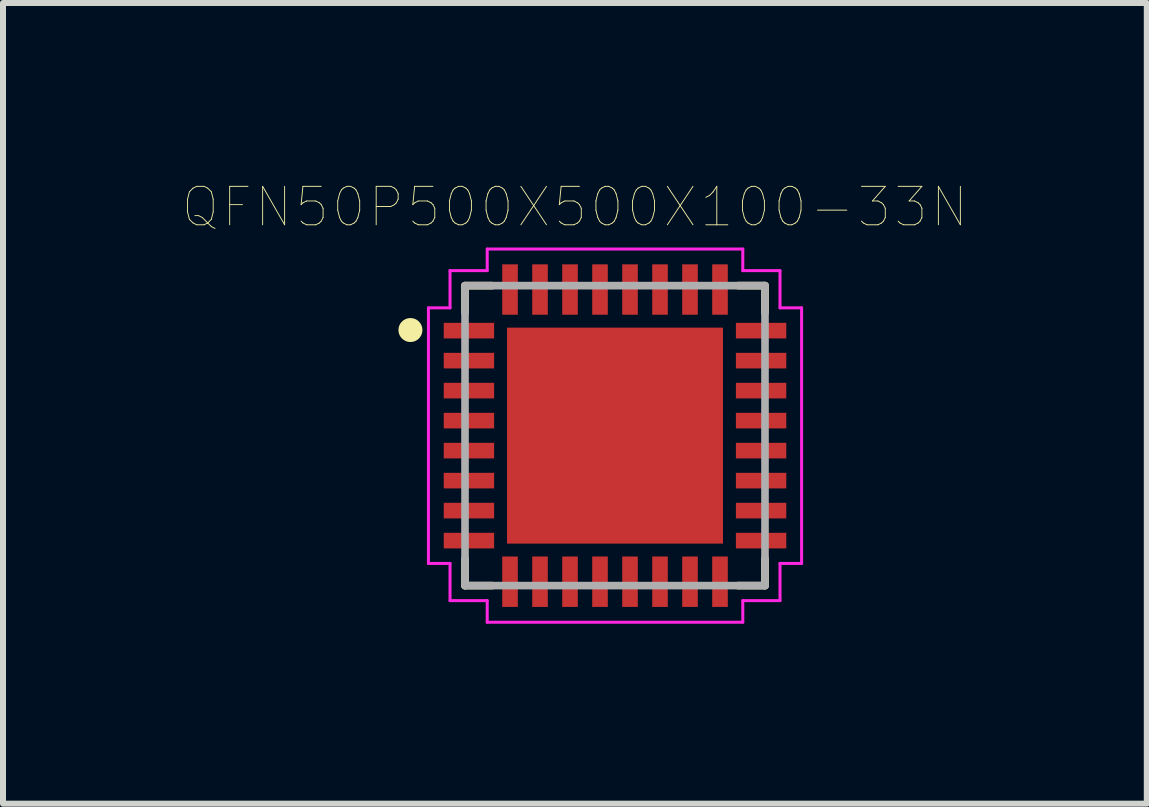
<source format=kicad_pcb>
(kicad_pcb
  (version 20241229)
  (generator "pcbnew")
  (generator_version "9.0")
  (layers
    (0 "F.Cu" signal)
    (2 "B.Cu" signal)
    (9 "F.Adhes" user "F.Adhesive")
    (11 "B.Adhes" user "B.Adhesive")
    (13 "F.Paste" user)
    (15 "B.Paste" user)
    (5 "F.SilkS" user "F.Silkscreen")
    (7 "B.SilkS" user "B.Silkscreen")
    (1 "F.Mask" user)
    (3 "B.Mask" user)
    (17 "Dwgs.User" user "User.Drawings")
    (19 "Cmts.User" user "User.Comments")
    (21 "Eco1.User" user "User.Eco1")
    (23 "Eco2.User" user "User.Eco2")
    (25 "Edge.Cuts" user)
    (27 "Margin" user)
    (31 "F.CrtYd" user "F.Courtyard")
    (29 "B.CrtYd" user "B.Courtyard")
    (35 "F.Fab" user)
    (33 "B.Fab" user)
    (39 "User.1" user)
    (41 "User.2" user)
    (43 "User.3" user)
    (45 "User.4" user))
  (footprint "QFN50P500X500X100-33N"
    (layer "F.Cu")
    (at 7.201 4.211)
    (property "Reference" "QFN50P500X500X100-33N" (at -0.669 -3.81 0) (layer "F.SilkS") (effects (font (size 0.641 0.641) (thickness 0.015))))
    (attr through_hole)
    (fp_line (start -2.5 -2.5) (end -2.5 -2.05) (stroke (width 0.127) (type solid)) (layer "F.SilkS"))
    (fp_line (start -2.5 2.5) (end -2.5 2.05) (stroke (width 0.127) (type solid)) (layer "F.SilkS"))
    (fp_line (start -2.05 -2.5) (end -2.5 -2.5) (stroke (width 0.127) (type solid)) (layer "F.SilkS"))
    (fp_line (start -2.05 2.5) (end -2.5 2.5) (stroke (width 0.127) (type solid)) (layer "F.SilkS"))
    (fp_line (start 2.5 -2.5) (end 2.05 -2.5) (stroke (width 0.127) (type solid)) (layer "F.SilkS"))
    (fp_line (start 2.5 -2.05) (end 2.5 -2.5) (stroke (width 0.127) (type solid)) (layer "F.SilkS"))
    (fp_line (start 2.5 2.05) (end 2.5 2.5) (stroke (width 0.127) (type solid)) (layer "F.SilkS"))
    (fp_line (start 2.5 2.5) (end 2.05 2.5) (stroke (width 0.127) (type solid)) (layer "F.SilkS"))
    (fp_circle (center -3.41 -1.76) (end -3.31 -1.76) (stroke (width 0.2) (type solid)) (fill no) (layer "F.SilkS"))
    (fp_poly (pts (xy -1.141 -1.138) (xy 1.138 -1.138) (xy 1.138 1.141) (xy -1.141 1.141)) (stroke (width 0.01) (type solid)) (fill yes) (layer "F.Paste"))
    (fp_line (start -3.11 -2.13) (end -2.75 -2.13) (stroke (width 0.05) (type solid)) (layer "F.CrtYd"))
    (fp_line (start -3.11 2.13) (end -3.11 -2.13) (stroke (width 0.05) (type solid)) (layer "F.CrtYd"))
    (fp_line (start -2.75 -2.75) (end -2.13 -2.75) (stroke (width 0.05) (type solid)) (layer "F.CrtYd"))
    (fp_line (start -2.75 -2.13) (end -2.75 -2.75) (stroke (width 0.05) (type solid)) (layer "F.CrtYd"))
    (fp_line (start -2.75 2.13) (end -3.11 2.13) (stroke (width 0.05) (type solid)) (layer "F.CrtYd"))
    (fp_line (start -2.75 2.75) (end -2.75 2.13) (stroke (width 0.05) (type solid)) (layer "F.CrtYd"))
    (fp_line (start -2.13 -3.11) (end 2.13 -3.11) (stroke (width 0.05) (type solid)) (layer "F.CrtYd"))
    (fp_line (start -2.13 -2.75) (end -2.13 -3.11) (stroke (width 0.05) (type solid)) (layer "F.CrtYd"))
    (fp_line (start -2.13 2.75) (end -2.75 2.75) (stroke (width 0.05) (type solid)) (layer "F.CrtYd"))
    (fp_line (start -2.13 3.11) (end -2.13 2.75) (stroke (width 0.05) (type solid)) (layer "F.CrtYd"))
    (fp_line (start 2.13 -3.11) (end 2.13 -2.75) (stroke (width 0.05) (type solid)) (layer "F.CrtYd"))
    (fp_line (start 2.13 -2.75) (end 2.75 -2.75) (stroke (width 0.05) (type solid)) (layer "F.CrtYd"))
    (fp_line (start 2.13 2.75) (end 2.13 3.11) (stroke (width 0.05) (type solid)) (layer "F.CrtYd"))
    (fp_line (start 2.13 3.11) (end -2.13 3.11) (stroke (width 0.05) (type solid)) (layer "F.CrtYd"))
    (fp_line (start 2.75 -2.75) (end 2.75 -2.13) (stroke (width 0.05) (type solid)) (layer "F.CrtYd"))
    (fp_line (start 2.75 -2.13) (end 3.11 -2.13) (stroke (width 0.05) (type solid)) (layer "F.CrtYd"))
    (fp_line (start 2.75 2.13) (end 2.75 2.75) (stroke (width 0.05) (type solid)) (layer "F.CrtYd"))
    (fp_line (start 2.75 2.75) (end 2.13 2.75) (stroke (width 0.05) (type solid)) (layer "F.CrtYd"))
    (fp_line (start 3.11 -2.13) (end 3.11 2.13) (stroke (width 0.05) (type solid)) (layer "F.CrtYd"))
    (fp_line (start 3.11 2.13) (end 2.75 2.13) (stroke (width 0.05) (type solid)) (layer "F.CrtYd"))
    (fp_line (start -2.5 -2.5) (end 2.5 -2.5) (stroke (width 0.127) (type solid)) (layer "F.Fab"))
    (fp_line (start -2.5 2.5) (end -2.5 -2.5) (stroke (width 0.127) (type solid)) (layer "F.Fab"))
    (fp_line (start 2.5 -2.5) (end 2.5 2.5) (stroke (width 0.127) (type solid)) (layer "F.Fab"))
    (fp_line (start 2.5 2.5) (end -2.5 2.5) (stroke (width 0.127) (type solid)) (layer "F.Fab"))
    (pad "1" smd rect (at -2.435 -1.75) (size 0.84 0.26) (layers "F.Cu" "F.Mask" "F.Paste"))
    (pad "2" smd rect (at -2.435 -1.25) (size 0.84 0.26) (layers "F.Cu" "F.Mask" "F.Paste"))
    (pad "3" smd rect (at -2.435 -0.75) (size 0.84 0.26) (layers "F.Cu" "F.Mask" "F.Paste"))
    (pad "4" smd rect (at -2.435 -0.25) (size 0.84 0.26) (layers "F.Cu" "F.Mask" "F.Paste"))
    (pad "5" smd rect (at -2.435 0.25) (size 0.84 0.26) (layers "F.Cu" "F.Mask" "F.Paste"))
    (pad "6" smd rect (at -2.435 0.75) (size 0.84 0.26) (layers "F.Cu" "F.Mask" "F.Paste"))
    (pad "7" smd rect (at -2.435 1.25) (size 0.84 0.26) (layers "F.Cu" "F.Mask" "F.Paste"))
    (pad "8" smd rect (at -2.435 1.75) (size 0.84 0.26) (layers "F.Cu" "F.Mask" "F.Paste"))
    (pad "9" smd rect (at -1.75 2.435) (size 0.26 0.84) (layers "F.Cu" "F.Mask" "F.Paste"))
    (pad "10" smd rect (at -1.25 2.435) (size 0.26 0.84) (layers "F.Cu" "F.Mask" "F.Paste"))
    (pad "11" smd rect (at -0.75 2.435) (size 0.26 0.84) (layers "F.Cu" "F.Mask" "F.Paste"))
    (pad "12" smd rect (at -0.25 2.435) (size 0.26 0.84) (layers "F.Cu" "F.Mask" "F.Paste"))
    (pad "13" smd rect (at 0.25 2.435) (size 0.26 0.84) (layers "F.Cu" "F.Mask" "F.Paste"))
    (pad "14" smd rect (at 0.75 2.435) (size 0.26 0.84) (layers "F.Cu" "F.Mask" "F.Paste"))
    (pad "15" smd rect (at 1.25 2.435) (size 0.26 0.84) (layers "F.Cu" "F.Mask" "F.Paste"))
    (pad "16" smd rect (at 1.75 2.435) (size 0.26 0.84) (layers "F.Cu" "F.Mask" "F.Paste"))
    (pad "17" smd rect (at 2.435 1.75) (size 0.84 0.26) (layers "F.Cu" "F.Mask" "F.Paste"))
    (pad "18" smd rect (at 2.435 1.25) (size 0.84 0.26) (layers "F.Cu" "F.Mask" "F.Paste"))
    (pad "19" smd rect (at 2.435 0.75) (size 0.84 0.26) (layers "F.Cu" "F.Mask" "F.Paste"))
    (pad "20" smd rect (at 2.435 0.25) (size 0.84 0.26) (layers "F.Cu" "F.Mask" "F.Paste"))
    (pad "21" smd rect (at 2.435 -0.25) (size 0.84 0.26) (layers "F.Cu" "F.Mask" "F.Paste"))
    (pad "22" smd rect (at 2.435 -0.75) (size 0.84 0.26) (layers "F.Cu" "F.Mask" "F.Paste"))
    (pad "23" smd rect (at 2.435 -1.25) (size 0.84 0.26) (layers "F.Cu" "F.Mask" "F.Paste"))
    (pad "24" smd rect (at 2.435 -1.75) (size 0.84 0.26) (layers "F.Cu" "F.Mask" "F.Paste"))
    (pad "25" smd rect (at 1.75 -2.435) (size 0.26 0.84) (layers "F.Cu" "F.Mask" "F.Paste"))
    (pad "26" smd rect (at 1.25 -2.435) (size 0.26 0.84) (layers "F.Cu" "F.Mask" "F.Paste"))
    (pad "27" smd rect (at 0.75 -2.435) (size 0.26 0.84) (layers "F.Cu" "F.Mask" "F.Paste"))
    (pad "28" smd rect (at 0.25 -2.435) (size 0.26 0.84) (layers "F.Cu" "F.Mask" "F.Paste"))
    (pad "29" smd rect (at -0.25 -2.435) (size 0.26 0.84) (layers "F.Cu" "F.Mask" "F.Paste"))
    (pad "30" smd rect (at -0.75 -2.435) (size 0.26 0.84) (layers "F.Cu" "F.Mask" "F.Paste"))
    (pad "31" smd rect (at -1.25 -2.435) (size 0.26 0.84) (layers "F.Cu" "F.Mask" "F.Paste"))
    (pad "32" smd rect (at -1.75 -2.435) (size 0.26 0.84) (layers "F.Cu" "F.Mask" "F.Paste"))
    (pad "33" smd rect (at 0 0) (size 3.6 3.6) (layers "F.Cu" "F.Mask")))
  (gr_rect
    (start -3 -3)
    (end 16.065 10.346)
    (stroke (width 0.1) (type default))
    (fill no)
    (layer "Edge.Cuts")))
</source>
